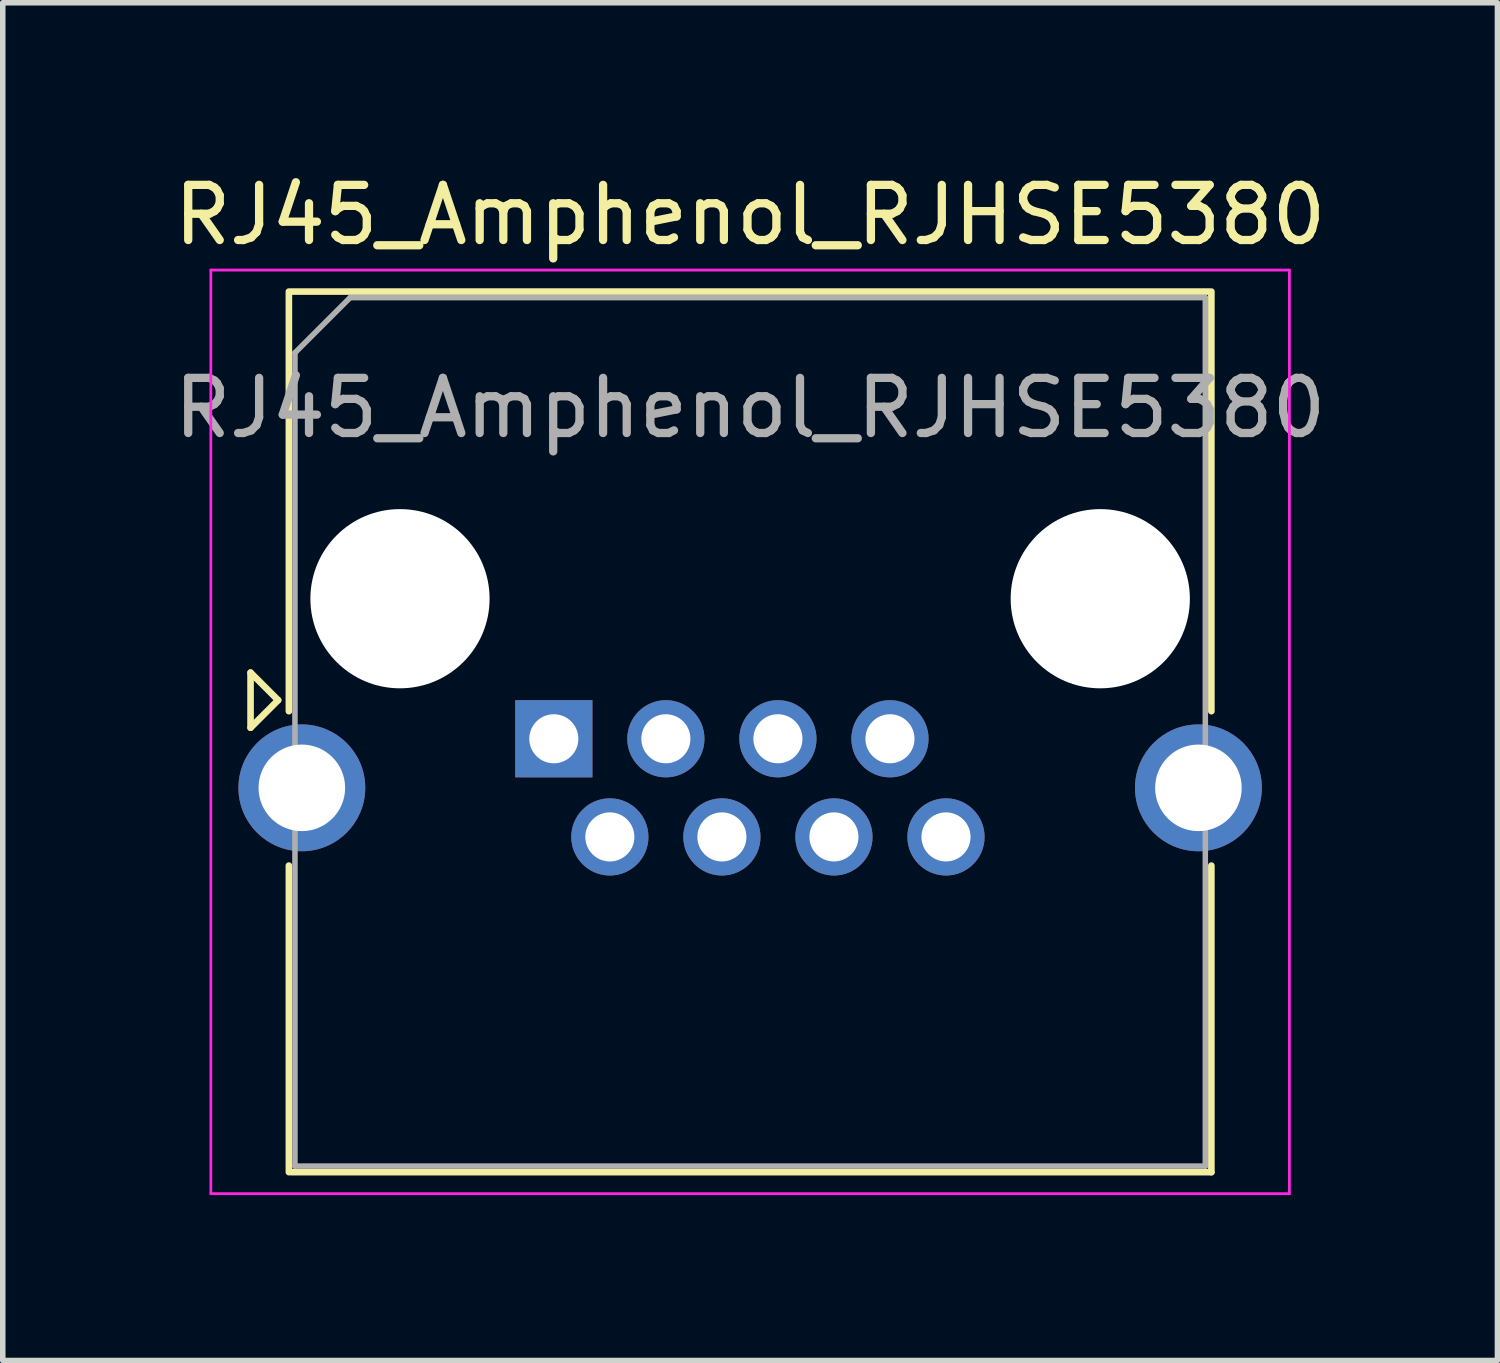
<source format=kicad_pcb>
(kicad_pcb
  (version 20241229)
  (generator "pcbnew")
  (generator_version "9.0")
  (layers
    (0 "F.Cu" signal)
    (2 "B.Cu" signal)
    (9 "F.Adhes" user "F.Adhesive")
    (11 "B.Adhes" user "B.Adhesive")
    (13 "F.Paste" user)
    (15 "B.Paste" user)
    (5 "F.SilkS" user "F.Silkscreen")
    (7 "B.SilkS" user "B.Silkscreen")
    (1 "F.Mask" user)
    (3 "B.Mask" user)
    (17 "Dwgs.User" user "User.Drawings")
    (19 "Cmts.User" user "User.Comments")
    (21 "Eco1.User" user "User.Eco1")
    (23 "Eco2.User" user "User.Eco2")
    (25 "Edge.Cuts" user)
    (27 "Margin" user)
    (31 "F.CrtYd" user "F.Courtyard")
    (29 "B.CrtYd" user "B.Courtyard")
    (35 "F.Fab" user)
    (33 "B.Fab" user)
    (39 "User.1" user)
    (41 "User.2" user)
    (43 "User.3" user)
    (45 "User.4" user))
  (footprint "RJ45_Amphenol_RJHSE5380"
    (layer "F.Cu")
    (at 6.994 10.348)
    (property "Reference" "RJ45_Amphenol_RJHSE5380" (at 3.56 -9.5 0) (layer "F.SilkS") (effects (font (size 1 1) (thickness 0.15))))
    (attr through_hole)
    (fp_line (start -5.5 -1.2) (end -5 -0.7) (stroke (width 0.12) (type solid)) (layer "F.SilkS"))
    (fp_line (start -5.5 -0.2) (end -5.5 -1.2) (stroke (width 0.12) (type solid)) (layer "F.SilkS"))
    (fp_line (start -5 -0.7) (end -5.5 -0.2) (stroke (width 0.12) (type solid)) (layer "F.SilkS"))
    (fp_line (start -4.805 -8.11) (end -4.805 -0.5) (stroke (width 0.12) (type solid)) (layer "F.SilkS"))
    (fp_line (start -4.805 7.86) (end -4.805 2.3) (stroke (width 0.12) (type solid)) (layer "F.SilkS"))
    (fp_line (start -4.76 -8.11) (end 11.88 -8.11) (stroke (width 0.12) (type solid)) (layer "F.SilkS"))
    (fp_line (start -4.76 7.86) (end 11.925 7.86) (stroke (width 0.12) (type solid)) (layer "F.SilkS"))
    (fp_line (start 11.925 -8.11) (end 11.925 -0.5) (stroke (width 0.12) (type solid)) (layer "F.SilkS"))
    (fp_line (start 11.925 7.86) (end 11.925 2.3) (stroke (width 0.12) (type solid)) (layer "F.SilkS"))
    (fp_line (start -6.22 -8.5) (end -6.22 8.25) (stroke (width 0.05) (type solid)) (layer "F.CrtYd"))
    (fp_line (start -6.22 -8.5) (end 13.34 -8.5) (stroke (width 0.05) (type solid)) (layer "F.CrtYd"))
    (fp_line (start -6.22 8.25) (end 13.34 8.25) (stroke (width 0.05) (type solid)) (layer "F.CrtYd"))
    (fp_line (start 13.34 -8.5) (end 13.34 8.25) (stroke (width 0.05) (type solid)) (layer "F.CrtYd"))
    (fp_line (start -4.695 -7) (end -4.695 7.75) (stroke (width 0.1) (type solid)) (layer "F.Fab"))
    (fp_line (start -4.695 -7) (end -3.695 -8) (stroke (width 0.1) (type solid)) (layer "F.Fab"))
    (fp_line (start -4.695 7.75) (end 11.815 7.75) (stroke (width 0.1) (type solid)) (layer "F.Fab"))
    (fp_line (start -3.695 -8) (end 11.815 -8) (stroke (width 0.1) (type solid)) (layer "F.Fab"))
    (fp_line (start 11.815 -8) (end 11.815 7.75) (stroke (width 0.1) (type solid)) (layer "F.Fab"))
    (fp_text user "${REFERENCE}" (at 3.56 -6 0) (layer "F.Fab") (effects (font (size 1 1) (thickness 0.15))))
    (pad "" np_thru_hole circle (at -2.79 -2.54) (size 3.25 3.25) (drill 3.25) (layers "*.Cu" "*.Mask"))
    (pad "" np_thru_hole circle (at 9.91 -2.54) (size 3.25 3.25) (drill 3.25) (layers "*.Cu" "*.Mask"))
    (pad "1" thru_hole rect (at 0 0) (size 1.4 1.4) (drill 0.89) (layers "*.Cu" "*.Mask"))
    (pad "2" thru_hole circle (at 1.016 1.78) (size 1.4 1.4) (drill 0.89) (layers "*.Cu" "*.Mask"))
    (pad "3" thru_hole circle (at 2.032 0) (size 1.4 1.4) (drill 0.89) (layers "*.Cu" "*.Mask"))
    (pad "4" thru_hole circle (at 3.048 1.78) (size 1.4 1.4) (drill 0.89) (layers "*.Cu" "*.Mask"))
    (pad "5" thru_hole circle (at 4.064 0) (size 1.4 1.4) (drill 0.89) (layers "*.Cu" "*.Mask"))
    (pad "6" thru_hole circle (at 5.08 1.78) (size 1.4 1.4) (drill 0.89) (layers "*.Cu" "*.Mask"))
    (pad "7" thru_hole circle (at 6.096 0) (size 1.4 1.4) (drill 0.89) (layers "*.Cu" "*.Mask"))
    (pad "8" thru_hole circle (at 7.112 1.78) (size 1.4 1.4) (drill 0.89) (layers "*.Cu" "*.Mask"))
    (pad "SH" thru_hole circle (at -4.57 0.89) (size 2.3 2.3) (drill 1.57) (layers "*.Cu" "*.Mask"))
    (pad "SH" thru_hole circle (at 11.69 0.89) (size 2.3 2.3) (drill 1.57) (layers "*.Cu" "*.Mask")))
  (gr_rect
    (start -3 -3)
    (end 24.107 21.623)
    (stroke (width 0.1) (type default))
    (fill no)
    (layer "Edge.Cuts")))
</source>
